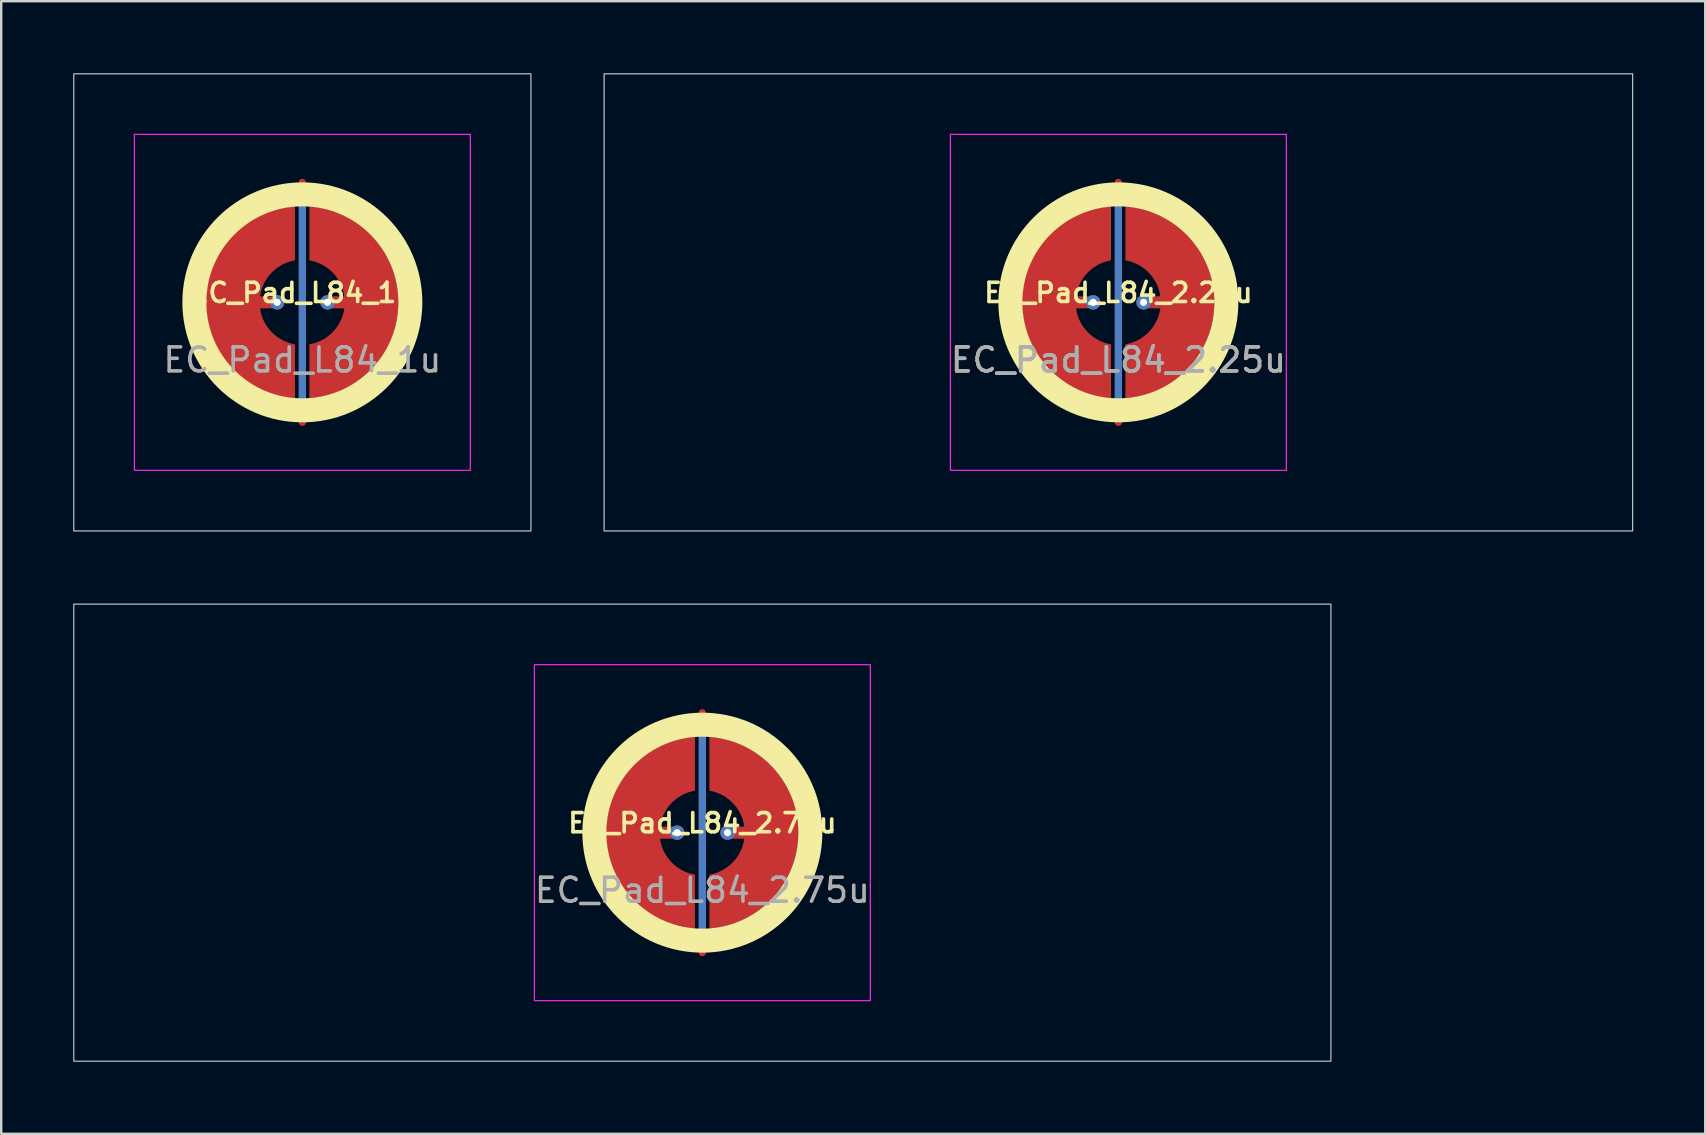
<source format=kicad_pcb>
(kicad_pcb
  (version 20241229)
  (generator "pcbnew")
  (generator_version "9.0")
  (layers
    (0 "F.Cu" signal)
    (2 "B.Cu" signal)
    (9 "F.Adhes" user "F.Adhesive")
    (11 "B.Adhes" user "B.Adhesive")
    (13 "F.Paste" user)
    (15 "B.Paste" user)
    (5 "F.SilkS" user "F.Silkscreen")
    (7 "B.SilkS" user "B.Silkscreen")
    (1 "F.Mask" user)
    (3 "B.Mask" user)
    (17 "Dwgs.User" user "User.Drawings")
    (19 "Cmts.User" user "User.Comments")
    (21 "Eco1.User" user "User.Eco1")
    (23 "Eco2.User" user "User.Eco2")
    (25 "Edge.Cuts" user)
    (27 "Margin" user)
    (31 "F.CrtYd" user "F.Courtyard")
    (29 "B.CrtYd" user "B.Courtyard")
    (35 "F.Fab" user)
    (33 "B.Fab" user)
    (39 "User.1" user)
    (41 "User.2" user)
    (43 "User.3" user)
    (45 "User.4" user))
  (footprint "EC_Pad_L84_2.25u"
    (layer "F.Cu")
    (at 43.556 9.55)
    (property "Reference" "EC_Pad_L84_2.25u" (at 0 -0.4 0) (unlocked yes) (layer "F.SilkS") (effects (font (size 0.8 0.8) (thickness 0.15))))
    (attr smd exclude_from_pos_files exclude_from_bom)
    (fp_circle (center 0 0) (end 4.5 0) (stroke (width 1) (type solid)) (fill no) (layer "F.SilkS"))
    (fp_rect (start -21.431 -9.525) (end 21.431 9.525) (stroke (width 0.05) (type solid)) (fill no) (layer "Dwgs.User"))
    (fp_rect (start -7.75 -7.75) (end 7.75 7.75) (stroke (width 0.05) (type solid)) (fill no) (layer "Eco1.User"))
    (fp_line (start -7 -6) (end -7 6) (stroke (width 0.1) (type default)) (layer "Eco2.User"))
    (fp_line (start -7 -6) (end -6 -7) (stroke (width 0.1) (type default)) (layer "Eco2.User"))
    (fp_line (start -7 6) (end -6 7) (stroke (width 0.1) (type default)) (layer "Eco2.User"))
    (fp_line (start -6 -7) (end 6 -7) (stroke (width 0.1) (type default)) (layer "Eco2.User"))
    (fp_line (start -6 7) (end 6 7) (stroke (width 0.1) (type default)) (layer "Eco2.User"))
    (fp_line (start 6 -7) (end 7 -6) (stroke (width 0.1) (type default)) (layer "Eco2.User"))
    (fp_line (start 6 7) (end 7 6) (stroke (width 0.1) (type default)) (layer "Eco2.User"))
    (fp_line (start 7 -6) (end 7 6) (stroke (width 0.1) (type default)) (layer "Eco2.User"))
    (fp_rect (start -7 -7) (end 7 7) (stroke (width 0.05) (type default)) (fill no) (layer "F.CrtYd"))
    (fp_text user "${REFERENCE}" (at 0 2.4 0) (unlocked yes) (layer "F.Fab") (effects (font (size 1 1) (thickness 0.15))))
    (fp_text user "${REFERENCE}" (at 0 2.4 0) (unlocked yes) (layer "F.Fab") (effects (font (size 1 1) (thickness 0.15))))
    (pad "1" smd custom (at -2.75 0) (size 1 1) (layers "F.Cu") (options (anchor circle)) (primitives (gr_poly (pts (arc (start 2.442694 -1.749464) (mid 1.469813 -1.237093) (end 0.985388 -0.25)) (arc (start 1.668938 -0.25) (mid 1.844835 -0.177141) (end 1.917694 -0.001244)) (arc (start 1.917694 0.001244) (mid 1.844835 0.177141) (end 1.668938 0.25)) (arc (start 0.985388 0.25) (mid 1.469813 1.237093) (end 2.442694 1.749464)) (arc (start 2.442694 3.998762) (mid -1.267306 0) (end 2.442694 -3.998762))) (width 0) (fill yes))))
    (pad "1" thru_hole circle (at -1.05 0) (size 0.6 0.6) (drill 0.3) (layers "*.Cu"))
    (pad "2" thru_hole circle (at 1.05 0) (size 0.6 0.6) (drill 0.3) (layers "*.Cu"))
    (pad "2" smd custom (at 2.75 0) (size 1 1) (layers "F.Cu") (options (anchor circle)) (primitives (gr_poly (pts (arc (start -2.457306 3.998762) (mid 1.252694 0) (end -2.457306 -3.998762)) (arc (start -2.457306 -1.749464) (mid -1.484425 -1.237093) (end -1 -0.25)) (arc (start -1.68355 -0.25) (mid -1.859446 -0.17714) (end -1.932306 -0.001244)) (arc (start -1.932306 0.001244) (mid -1.859446 0.17714) (end -1.68355 0.25)) (arc (start -1 0.25) (mid -1.484425 1.237093) (end -2.457306 1.749464))) (width 0) (fill yes))))
    (pad "3" smd custom (at 0 0) (size 0.25 0.25) (layers "F.Cu") (options (anchor rect)) (primitives (gr_line (start 0 -5) (end 0 5) (width 0.3))))
    (pad "3" smd custom (at 0 0) (size 0.25 0.25) (layers "B.Cu") (options (anchor rect)) (primitives (gr_line (start 0 -4.5) (end 0 4.5) (width 0.3))))
    (zone (net_name "") (layer "F.Cu") (hatch edge 0.5) (connect_pads) (min_thickness 0.25) (filled_areas_thickness no) (keepout (tracks allowed) (vias allowed) (pads allowed) (copperpour not_allowed) (footprints allowed)) (placement (enabled no)) (fill) (polygon (pts (xy 48.551 9.332) (xy 48.513 8.897) (xy 48.438 8.468) (xy 48.325 8.046) (xy 48.176 7.637) (xy 47.991 7.241) (xy 47.773 6.864) (xy 47.523 6.506) (xy 47.243 6.172) (xy 46.934 5.864) (xy 46.6 5.583) (xy 46.243 5.333) (xy 45.865 5.115) (xy 45.47 4.931) (xy 45.06 4.781) (xy 44.638 4.669) (xy 44.209 4.593) (xy 43.774 4.555) (xy 43.338 4.555) (xy 42.904 4.593) (xy 42.474 4.669) (xy 42.053 4.781) (xy 41.643 4.931) (xy 41.248 5.115) (xy 40.87 5.333) (xy 40.512 5.583) (xy 40.178 5.864) (xy 39.87 6.172) (xy 39.589 6.506) (xy 39.339 6.864) (xy 39.121 7.241) (xy 38.937 7.637) (xy 38.788 8.046) (xy 38.675 8.468) (xy 38.599 8.897) (xy 38.561 9.332) (xy 38.561 9.768) (xy 38.599 10.203) (xy 38.675 10.632) (xy 38.788 11.054) (xy 38.937 11.463) (xy 39.121 11.859) (xy 39.339 12.236) (xy 39.589 12.594) (xy 39.87 12.928) (xy 40.178 13.236) (xy 40.512 13.517) (xy 40.87 13.767) (xy 41.248 13.985) (xy 41.643 14.169) (xy 42.053 14.319) (xy 42.474 14.431) (xy 42.904 14.507) (xy 43.338 14.545) (xy 43.774 14.545) (xy 44.209 14.507) (xy 44.638 14.431) (xy 45.06 14.319) (xy 45.47 14.169) (xy 45.865 13.985) (xy 46.243 13.767) (xy 46.6 13.517) (xy 46.934 13.236) (xy 47.243 12.928) (xy 47.523 12.594) (xy 47.773 12.236) (xy 47.991 11.859) (xy 48.176 11.463) (xy 48.325 11.054) (xy 48.438 10.632) (xy 48.513 10.203) (xy 48.551 9.768))))
    (zone (net_name "") (layer "B.Cu") (hatch edge 0.5) (connect_pads) (min_thickness 0.25) (filled_areas_thickness no) (keepout (tracks allowed) (vias allowed) (pads allowed) (copperpour not_allowed) (footprints allowed)) (placement (enabled no)) (fill) (polygon (pts (xy 48.052 9.354) (xy 48.018 8.963) (xy 47.95 8.576) (xy 47.848 8.197) (xy 47.714 7.828) (xy 47.548 7.472) (xy 47.352 7.132) (xy 47.126 6.811) (xy 46.874 6.51) (xy 46.596 6.232) (xy 46.296 5.98) (xy 45.974 5.755) (xy 45.634 5.558) (xy 45.278 5.393) (xy 44.909 5.258) (xy 44.53 5.157) (xy 44.144 5.088) (xy 43.753 5.054) (xy 43.36 5.054) (xy 42.969 5.088) (xy 42.582 5.157) (xy 42.203 5.258) (xy 41.834 5.393) (xy 41.478 5.558) (xy 41.138 5.755) (xy 40.817 5.98) (xy 40.516 6.232) (xy 40.239 6.51) (xy 39.986 6.811) (xy 39.761 7.132) (xy 39.565 7.472) (xy 39.399 7.828) (xy 39.265 8.197) (xy 39.163 8.576) (xy 39.095 8.963) (xy 39.061 9.354) (xy 39.061 9.746) (xy 39.095 10.137) (xy 39.163 10.524) (xy 39.265 10.903) (xy 39.399 11.272) (xy 39.565 11.628) (xy 39.761 11.968) (xy 39.986 12.289) (xy 40.239 12.59) (xy 40.516 12.868) (xy 40.817 13.12) (xy 41.138 13.345) (xy 41.478 13.542) (xy 41.834 13.707) (xy 42.203 13.842) (xy 42.582 13.943) (xy 42.969 14.012) (xy 43.36 14.046) (xy 43.753 14.046) (xy 44.144 14.012) (xy 44.53 13.943) (xy 44.909 13.842) (xy 45.278 13.707) (xy 45.634 13.542) (xy 45.974 13.345) (xy 46.296 13.12) (xy 46.596 12.868) (xy 46.874 12.59) (xy 47.126 12.289) (xy 47.352 11.968) (xy 47.548 11.628) (xy 47.714 11.272) (xy 47.848 10.903) (xy 47.95 10.524) (xy 48.018 10.137) (xy 48.052 9.746)))))
  (footprint "EC_Pad_L84_1u"
    (layer "F.Cu")
    (at 9.55 9.55)
    (property "Reference" "EC_Pad_L84_1u" (at 0 -0.4 0) (unlocked yes) (layer "F.SilkS") (effects (font (size 0.8 0.8) (thickness 0.15))))
    (attr smd exclude_from_pos_files exclude_from_bom)
    (fp_circle (center 0 0) (end 4.5 0) (stroke (width 1) (type solid)) (fill no) (layer "F.SilkS"))
    (fp_rect (start -9.525 -9.525) (end 9.525 9.525) (stroke (width 0.05) (type solid)) (fill no) (layer "Dwgs.User"))
    (fp_rect (start -7.75 -7.75) (end 7.75 7.75) (stroke (width 0.05) (type solid)) (fill no) (layer "Eco1.User"))
    (fp_line (start -7 -6) (end -7 6) (stroke (width 0.1) (type default)) (layer "Eco2.User"))
    (fp_line (start -7 -6) (end -6 -7) (stroke (width 0.1) (type default)) (layer "Eco2.User"))
    (fp_line (start -7 6) (end -6 7) (stroke (width 0.1) (type default)) (layer "Eco2.User"))
    (fp_line (start -6 -7) (end 6 -7) (stroke (width 0.1) (type default)) (layer "Eco2.User"))
    (fp_line (start -6 7) (end 6 7) (stroke (width 0.1) (type default)) (layer "Eco2.User"))
    (fp_line (start 6 -7) (end 7 -6) (stroke (width 0.1) (type default)) (layer "Eco2.User"))
    (fp_line (start 6 7) (end 7 6) (stroke (width 0.1) (type default)) (layer "Eco2.User"))
    (fp_line (start 7 -6) (end 7 6) (stroke (width 0.1) (type default)) (layer "Eco2.User"))
    (fp_rect (start -7 -7) (end 7 7) (stroke (width 0.05) (type default)) (fill no) (layer "F.CrtYd"))
    (fp_text user "${REFERENCE}" (at 0 2.4 0) (unlocked yes) (layer "F.Fab") (effects (font (size 1 1) (thickness 0.15))))
    (pad "1" smd custom (at -2.75 0) (size 1 1) (layers "F.Cu") (options (anchor circle)) (primitives (gr_poly (pts (arc (start 2.442694 -1.749464) (mid 1.469813 -1.237093) (end 0.985388 -0.25)) (arc (start 1.668938 -0.25) (mid 1.844835 -0.177141) (end 1.917694 -0.001244)) (arc (start 1.917694 0.001244) (mid 1.844835 0.177141) (end 1.668938 0.25)) (arc (start 0.985388 0.25) (mid 1.469813 1.237093) (end 2.442694 1.749464)) (arc (start 2.442694 3.998762) (mid -1.267306 0) (end 2.442694 -3.998762))) (width 0) (fill yes))))
    (pad "1" thru_hole circle (at -1.05 0) (size 0.6 0.6) (drill 0.3) (layers "*.Cu"))
    (pad "2" thru_hole circle (at 1.05 0) (size 0.6 0.6) (drill 0.3) (layers "*.Cu"))
    (pad "2" smd custom (at 2.75 0) (size 1 1) (layers "F.Cu") (options (anchor circle)) (primitives (gr_poly (pts (arc (start -2.457306 3.998762) (mid 1.252694 0) (end -2.457306 -3.998762)) (arc (start -2.457306 -1.749464) (mid -1.484425 -1.237093) (end -1 -0.25)) (arc (start -1.68355 -0.25) (mid -1.859446 -0.17714) (end -1.932306 -0.001244)) (arc (start -1.932306 0.001244) (mid -1.859446 0.17714) (end -1.68355 0.25)) (arc (start -1 0.25) (mid -1.484425 1.237093) (end -2.457306 1.749464))) (width 0) (fill yes))))
    (pad "3" smd custom (at 0 0) (size 0.25 0.25) (layers "F.Cu") (options (anchor rect)) (primitives (gr_line (start 0 -5) (end 0 5) (width 0.3))))
    (pad "3" smd custom (at 0 0) (size 0.25 0.25) (layers "B.Cu") (options (anchor rect)) (primitives (gr_line (start 0 -4.5) (end 0 4.5) (width 0.3))))
    (zone (net_name "") (layer "F.Cu") (hatch edge 0.5) (connect_pads) (min_thickness 0.25) (filled_areas_thickness no) (keepout (tracks allowed) (vias allowed) (pads allowed) (copperpour not_allowed) (footprints allowed)) (placement (enabled no)) (fill) (polygon (pts (xy 14.545 9.332) (xy 14.507 8.897) (xy 14.431 8.468) (xy 14.319 8.046) (xy 14.169 7.637) (xy 13.985 7.241) (xy 13.767 6.864) (xy 13.517 6.506) (xy 13.236 6.172) (xy 12.928 5.864) (xy 12.594 5.583) (xy 12.236 5.333) (xy 11.859 5.115) (xy 11.463 4.931) (xy 11.054 4.781) (xy 10.632 4.669) (xy 10.203 4.593) (xy 9.768 4.555) (xy 9.332 4.555) (xy 8.897 4.593) (xy 8.468 4.669) (xy 8.046 4.781) (xy 7.637 4.931) (xy 7.241 5.115) (xy 6.864 5.333) (xy 6.506 5.583) (xy 6.172 5.864) (xy 5.864 6.172) (xy 5.583 6.506) (xy 5.333 6.864) (xy 5.115 7.241) (xy 4.931 7.637) (xy 4.781 8.046) (xy 4.669 8.468) (xy 4.593 8.897) (xy 4.555 9.332) (xy 4.555 9.768) (xy 4.593 10.203) (xy 4.669 10.632) (xy 4.781 11.054) (xy 4.931 11.463) (xy 5.115 11.859) (xy 5.333 12.236) (xy 5.583 12.594) (xy 5.864 12.928) (xy 6.172 13.236) (xy 6.506 13.517) (xy 6.864 13.767) (xy 7.241 13.985) (xy 7.637 14.169) (xy 8.046 14.319) (xy 8.468 14.431) (xy 8.897 14.507) (xy 9.332 14.545) (xy 9.768 14.545) (xy 10.203 14.507) (xy 10.632 14.431) (xy 11.054 14.319) (xy 11.463 14.169) (xy 11.859 13.985) (xy 12.236 13.767) (xy 12.594 13.517) (xy 12.928 13.236) (xy 13.236 12.928) (xy 13.517 12.594) (xy 13.767 12.236) (xy 13.985 11.859) (xy 14.169 11.463) (xy 14.319 11.054) (xy 14.431 10.632) (xy 14.507 10.203) (xy 14.545 9.768))))
    (zone (net_name "") (layer "B.Cu") (hatch edge 0.5) (connect_pads) (min_thickness 0.25) (filled_areas_thickness no) (keepout (tracks allowed) (vias allowed) (pads allowed) (copperpour not_allowed) (footprints allowed)) (placement (enabled no)) (fill) (polygon (pts (xy 14.046 9.354) (xy 14.012 8.963) (xy 13.943 8.576) (xy 13.842 8.197) (xy 13.707 7.828) (xy 13.542 7.472) (xy 13.345 7.132) (xy 13.12 6.811) (xy 12.868 6.51) (xy 12.59 6.232) (xy 12.289 5.98) (xy 11.968 5.755) (xy 11.628 5.558) (xy 11.272 5.393) (xy 10.903 5.258) (xy 10.524 5.157) (xy 10.137 5.088) (xy 9.746 5.054) (xy 9.354 5.054) (xy 8.963 5.088) (xy 8.576 5.157) (xy 8.197 5.258) (xy 7.828 5.393) (xy 7.472 5.558) (xy 7.132 5.755) (xy 6.811 5.98) (xy 6.51 6.232) (xy 6.232 6.51) (xy 5.98 6.811) (xy 5.755 7.132) (xy 5.558 7.472) (xy 5.393 7.828) (xy 5.258 8.197) (xy 5.157 8.576) (xy 5.088 8.963) (xy 5.054 9.354) (xy 5.054 9.746) (xy 5.088 10.137) (xy 5.157 10.524) (xy 5.258 10.903) (xy 5.393 11.272) (xy 5.558 11.628) (xy 5.755 11.968) (xy 5.98 12.289) (xy 6.232 12.59) (xy 6.51 12.868) (xy 6.811 13.12) (xy 7.132 13.345) (xy 7.472 13.542) (xy 7.828 13.707) (xy 8.197 13.842) (xy 8.576 13.943) (xy 8.963 14.012) (xy 9.354 14.046) (xy 9.746 14.046) (xy 10.137 14.012) (xy 10.524 13.943) (xy 10.903 13.842) (xy 11.272 13.707) (xy 11.628 13.542) (xy 11.968 13.345) (xy 12.289 13.12) (xy 12.59 12.868) (xy 12.868 12.59) (xy 13.12 12.289) (xy 13.345 11.968) (xy 13.542 11.628) (xy 13.707 11.272) (xy 13.842 10.903) (xy 13.943 10.524) (xy 14.012 10.137) (xy 14.046 9.746)))))
  (footprint "EC_Pad_L84_2.75u"
    (layer "F.Cu")
    (at 26.219 31.65)
    (property "Reference" "EC_Pad_L84_2.75u" (at 0 -0.4 0) (unlocked yes) (layer "F.SilkS") (effects (font (size 0.8 0.8) (thickness 0.15))))
    (attr smd exclude_from_pos_files exclude_from_bom)
    (fp_circle (center 0 0) (end 4.5 0) (stroke (width 1) (type solid)) (fill no) (layer "F.SilkS"))
    (fp_rect (start -26.194 -9.525) (end 26.194 9.525) (stroke (width 0.05) (type solid)) (fill no) (layer "Dwgs.User"))
    (fp_rect (start -7.75 -7.75) (end 7.75 7.75) (stroke (width 0.05) (type solid)) (fill no) (layer "Eco1.User"))
    (fp_line (start -7 -6) (end -7 6) (stroke (width 0.1) (type default)) (layer "Eco2.User"))
    (fp_line (start -7 -6) (end -6 -7) (stroke (width 0.1) (type default)) (layer "Eco2.User"))
    (fp_line (start -7 6) (end -6 7) (stroke (width 0.1) (type default)) (layer "Eco2.User"))
    (fp_line (start -6 -7) (end 6 -7) (stroke (width 0.1) (type default)) (layer "Eco2.User"))
    (fp_line (start -6 7) (end 6 7) (stroke (width 0.1) (type default)) (layer "Eco2.User"))
    (fp_line (start 6 -7) (end 7 -6) (stroke (width 0.1) (type default)) (layer "Eco2.User"))
    (fp_line (start 6 7) (end 7 6) (stroke (width 0.1) (type default)) (layer "Eco2.User"))
    (fp_line (start 7 -6) (end 7 6) (stroke (width 0.1) (type default)) (layer "Eco2.User"))
    (fp_rect (start -7 -7) (end 7 7) (stroke (width 0.05) (type default)) (fill no) (layer "F.CrtYd"))
    (fp_text user "${REFERENCE}" (at 0 2.4 0) (unlocked yes) (layer "F.Fab") (effects (font (size 1 1) (thickness 0.15))))
    (pad "1" smd custom (at -2.75 0) (size 1 1) (layers "F.Cu") (options (anchor circle)) (primitives (gr_poly (pts (arc (start 2.442694 -1.749464) (mid 1.469813 -1.237093) (end 0.985388 -0.25)) (arc (start 1.668938 -0.25) (mid 1.844835 -0.177141) (end 1.917694 -0.001244)) (arc (start 1.917694 0.001244) (mid 1.844835 0.177141) (end 1.668938 0.25)) (arc (start 0.985388 0.25) (mid 1.469813 1.237093) (end 2.442694 1.749464)) (arc (start 2.442694 3.998762) (mid -1.267306 0) (end 2.442694 -3.998762))) (width 0) (fill yes))))
    (pad "1" thru_hole circle (at -1.05 0) (size 0.6 0.6) (drill 0.3) (layers "*.Cu"))
    (pad "2" thru_hole circle (at 1.05 0) (size 0.6 0.6) (drill 0.3) (layers "*.Cu"))
    (pad "2" smd custom (at 2.75 0) (size 1 1) (layers "F.Cu") (options (anchor circle)) (primitives (gr_poly (pts (arc (start -2.457306 3.998762) (mid 1.252694 0) (end -2.457306 -3.998762)) (arc (start -2.457306 -1.749464) (mid -1.484425 -1.237093) (end -1 -0.25)) (arc (start -1.68355 -0.25) (mid -1.859446 -0.17714) (end -1.932306 -0.001244)) (arc (start -1.932306 0.001244) (mid -1.859446 0.17714) (end -1.68355 0.25)) (arc (start -1 0.25) (mid -1.484425 1.237093) (end -2.457306 1.749464))) (width 0) (fill yes))))
    (pad "3" smd custom (at 0 0) (size 0.25 0.25) (layers "F.Cu") (options (anchor rect)) (primitives (gr_line (start 0 -5) (end 0 5) (width 0.3))))
    (pad "3" smd custom (at 0 0) (size 0.25 0.25) (layers "B.Cu") (options (anchor rect)) (primitives (gr_line (start 0 -4.5) (end 0 4.5) (width 0.3))))
    (zone (net_name "") (layer "F.Cu") (hatch edge 0.5) (connect_pads) (min_thickness 0.25) (filled_areas_thickness no) (keepout (tracks allowed) (vias allowed) (pads allowed) (copperpour not_allowed) (footprints allowed)) (placement (enabled no)) (fill) (polygon (pts (xy 31.214 31.432) (xy 31.176 30.997) (xy 31.1 30.568) (xy 30.987 30.146) (xy 30.838 29.737) (xy 30.654 29.341) (xy 30.436 28.964) (xy 30.186 28.606) (xy 29.905 28.272) (xy 29.597 27.964) (xy 29.263 27.683) (xy 28.905 27.433) (xy 28.527 27.215) (xy 28.132 27.031) (xy 27.722 26.881) (xy 27.301 26.769) (xy 26.871 26.693) (xy 26.437 26.655) (xy 26.001 26.655) (xy 25.566 26.693) (xy 25.137 26.769) (xy 24.715 26.881) (xy 24.305 27.031) (xy 23.91 27.215) (xy 23.532 27.433) (xy 23.175 27.683) (xy 22.841 27.964) (xy 22.532 28.272) (xy 22.252 28.606) (xy 22.002 28.964) (xy 21.784 29.341) (xy 21.599 29.737) (xy 21.45 30.146) (xy 21.337 30.568) (xy 21.262 30.997) (xy 21.224 31.432) (xy 21.224 31.868) (xy 21.262 32.303) (xy 21.337 32.732) (xy 21.45 33.154) (xy 21.599 33.563) (xy 21.784 33.959) (xy 22.002 34.336) (xy 22.252 34.694) (xy 22.532 35.028) (xy 22.841 35.336) (xy 23.175 35.617) (xy 23.532 35.867) (xy 23.91 36.085) (xy 24.305 36.269) (xy 24.715 36.419) (xy 25.137 36.531) (xy 25.566 36.607) (xy 26.001 36.645) (xy 26.437 36.645) (xy 26.871 36.607) (xy 27.301 36.531) (xy 27.722 36.419) (xy 28.132 36.269) (xy 28.527 36.085) (xy 28.905 35.867) (xy 29.263 35.617) (xy 29.597 35.336) (xy 29.905 35.028) (xy 30.186 34.694) (xy 30.436 34.336) (xy 30.654 33.959) (xy 30.838 33.563) (xy 30.987 33.154) (xy 31.1 32.732) (xy 31.176 32.303) (xy 31.214 31.868))))
    (zone (net_name "") (layer "B.Cu") (hatch edge 0.5) (connect_pads) (min_thickness 0.25) (filled_areas_thickness no) (keepout (tracks allowed) (vias allowed) (pads allowed) (copperpour not_allowed) (footprints allowed)) (placement (enabled no)) (fill) (polygon (pts (xy 30.714 31.454) (xy 30.68 31.063) (xy 30.612 30.676) (xy 30.51 30.297) (xy 30.376 29.928) (xy 30.21 29.572) (xy 30.014 29.232) (xy 29.789 28.911) (xy 29.536 28.61) (xy 29.259 28.332) (xy 28.958 28.08) (xy 28.637 27.855) (xy 28.297 27.658) (xy 27.941 27.493) (xy 27.572 27.358) (xy 27.193 27.257) (xy 26.806 27.188) (xy 26.415 27.154) (xy 26.022 27.154) (xy 25.631 27.188) (xy 25.245 27.257) (xy 24.866 27.358) (xy 24.497 27.493) (xy 24.141 27.658) (xy 23.801 27.855) (xy 23.479 28.08) (xy 23.179 28.332) (xy 22.901 28.61) (xy 22.649 28.911) (xy 22.423 29.232) (xy 22.227 29.572) (xy 22.061 29.928) (xy 21.927 30.297) (xy 21.825 30.676) (xy 21.757 31.063) (xy 21.723 31.454) (xy 21.723 31.846) (xy 21.757 32.237) (xy 21.825 32.624) (xy 21.927 33.003) (xy 22.061 33.372) (xy 22.227 33.728) (xy 22.423 34.068) (xy 22.649 34.389) (xy 22.901 34.69) (xy 23.179 34.968) (xy 23.479 35.22) (xy 23.801 35.445) (xy 24.141 35.642) (xy 24.497 35.807) (xy 24.866 35.942) (xy 25.245 36.043) (xy 25.631 36.112) (xy 26.022 36.146) (xy 26.415 36.146) (xy 26.806 36.112) (xy 27.193 36.043) (xy 27.572 35.942) (xy 27.941 35.807) (xy 28.297 35.642) (xy 28.637 35.445) (xy 28.958 35.22) (xy 29.259 34.968) (xy 29.536 34.69) (xy 29.789 34.389) (xy 30.014 34.068) (xy 30.21 33.728) (xy 30.376 33.372) (xy 30.51 33.003) (xy 30.612 32.624) (xy 30.68 32.237) (xy 30.714 31.846)))))
  (gr_rect
    (start -3 -3)
    (end 68.013 44.2)
    (stroke (width 0.1) (type default))
    (fill no)
    (layer "Edge.Cuts")))
</source>
